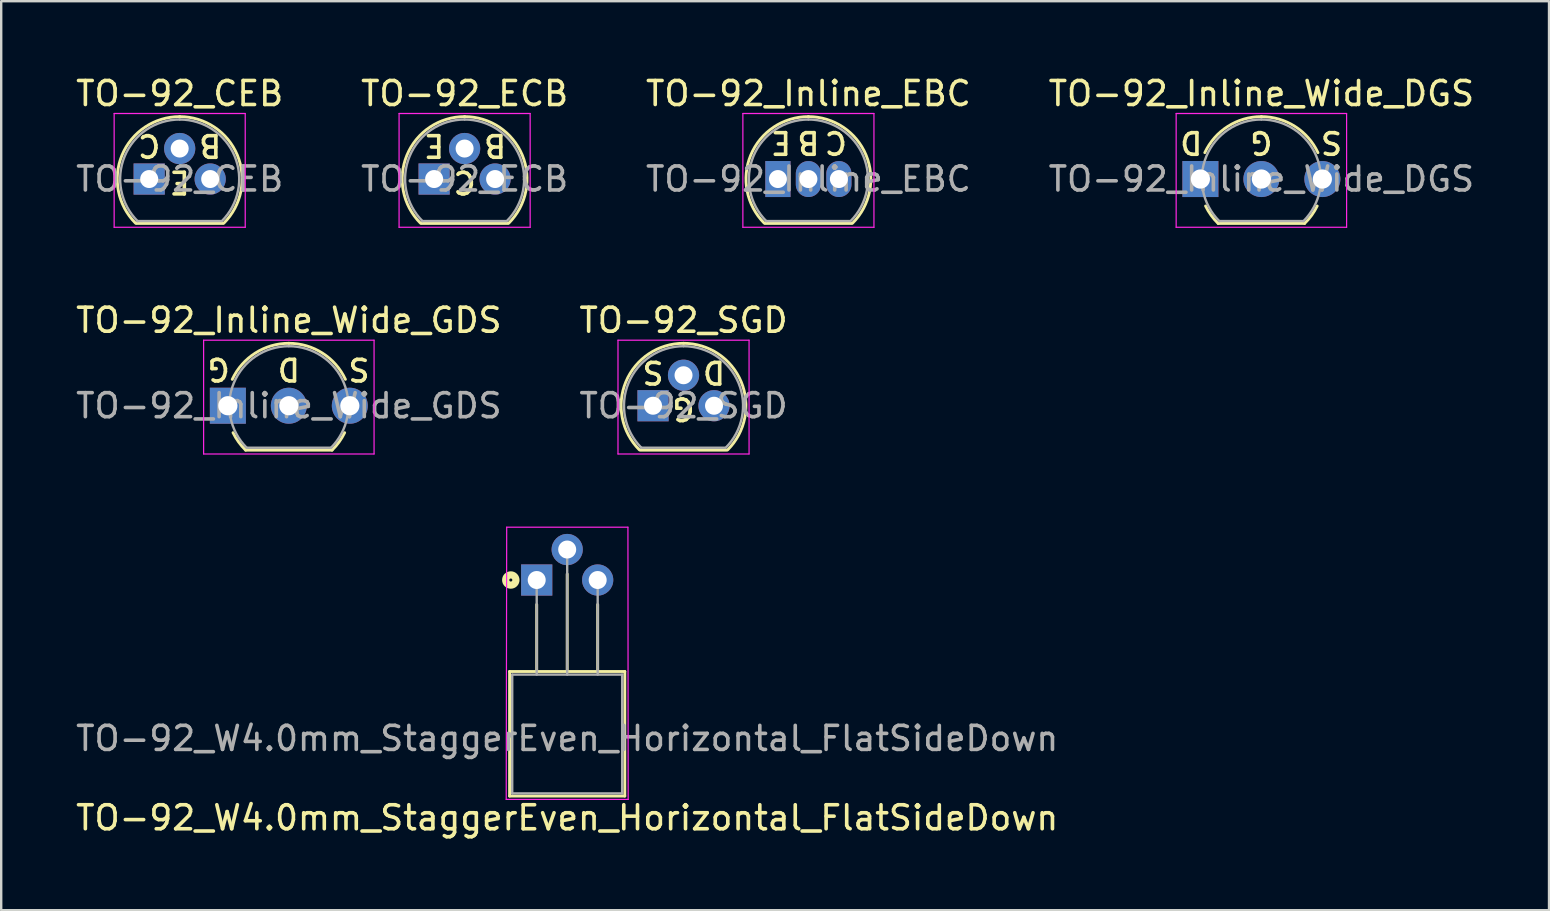
<source format=kicad_pcb>
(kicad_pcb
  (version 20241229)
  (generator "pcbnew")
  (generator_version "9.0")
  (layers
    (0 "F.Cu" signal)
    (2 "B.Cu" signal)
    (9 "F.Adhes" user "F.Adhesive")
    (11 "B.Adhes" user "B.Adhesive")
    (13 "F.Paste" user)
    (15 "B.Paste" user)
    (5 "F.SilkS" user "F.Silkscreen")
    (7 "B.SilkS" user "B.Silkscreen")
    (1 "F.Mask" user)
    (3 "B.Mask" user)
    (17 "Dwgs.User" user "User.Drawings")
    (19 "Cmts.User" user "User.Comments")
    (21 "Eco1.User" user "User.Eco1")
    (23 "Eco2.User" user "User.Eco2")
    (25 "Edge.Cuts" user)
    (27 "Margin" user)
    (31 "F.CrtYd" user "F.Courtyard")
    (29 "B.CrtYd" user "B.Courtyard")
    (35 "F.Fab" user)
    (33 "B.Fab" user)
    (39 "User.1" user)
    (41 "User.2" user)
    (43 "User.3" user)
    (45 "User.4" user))
  (footprint "TO-92_SGD"
    (layer "F.Cu")
    (at 24.153 13.851)
    (property "Reference" "TO-92_SGD" (at 1.27 -3.56 0) (layer "F.SilkS") (effects (font (size 1 1) (thickness 0.15))))
    (fp_line (start -0.53 1.85) (end 3.07 1.85) (stroke (width 0.12) (type solid)) (layer "F.SilkS"))
    (fp_arc (start -0.568478 1.838478) (mid -1.132087 -0.994977) (end 1.27 -2.6) (stroke (width 0.12) (type solid)) (layer "F.SilkS"))
    (fp_arc (start 1.27 -2.6) (mid 3.672087 -0.994977) (end 3.108478 1.838478) (stroke (width 0.12) (type solid)) (layer "F.SilkS"))
    (fp_line (start -1.46 -2.73) (end -1.46 2.01) (stroke (width 0.05) (type solid)) (layer "F.CrtYd"))
    (fp_line (start -1.46 -2.73) (end 4 -2.73) (stroke (width 0.05) (type solid)) (layer "F.CrtYd"))
    (fp_line (start 4 2.01) (end -1.46 2.01) (stroke (width 0.05) (type solid)) (layer "F.CrtYd"))
    (fp_line (start 4 2.01) (end 4 -2.73) (stroke (width 0.05) (type solid)) (layer "F.CrtYd"))
    (fp_line (start -0.5 1.75) (end 3 1.75) (stroke (width 0.1) (type solid)) (layer "F.Fab"))
    (fp_arc (start -0.483625 1.753625) (mid -1.021221 -0.949055) (end 1.27 -2.48) (stroke (width 0.1) (type solid)) (layer "F.Fab"))
    (fp_arc (start 1.27 -2.48) (mid 3.561221 -0.949055) (end 3.023625 1.753625) (stroke (width 0.1) (type solid)) (layer "F.Fab"))
    (fp_text user "D" (at 2.54 -1.397 180) (unlocked yes) (layer "F.SilkS") (effects (font (size 0.9 0.9) (thickness 0.15))))
    (fp_text user "S" (at 0 -1.397 180) (unlocked yes) (layer "F.SilkS") (effects (font (size 0.9 0.9) (thickness 0.15))))
    (fp_text user "G" (at 1.27 0.127 180) (unlocked yes) (layer "F.SilkS") (effects (font (size 0.9 0.9) (thickness 0.15))))
    (fp_text user "${REFERENCE}" (at 1.27 0 0) (layer "F.Fab") (effects (font (size 1 1) (thickness 0.15))))
    (pad "1" thru_hole rect (at 0 0 90) (size 1.3 1.3) (drill 0.75) (layers "*.Cu" "*.Mask"))
    (pad "2" thru_hole circle (at 1.27 -1.27 90) (size 1.3 1.3) (drill 0.75) (layers "*.Cu" "*.Mask"))
    (pad "3" thru_hole circle (at 2.54 0 90) (size 1.3 1.3) (drill 0.75) (layers "*.Cu" "*.Mask")))
  (footprint "TO-92_ECB"
    (layer "F.Cu")
    (at 15.034 4.408)
    (property "Reference" "TO-92_ECB" (at 1.27 -3.56 0) (layer "F.SilkS") (effects (font (size 1 1) (thickness 0.15))))
    (fp_line (start -0.53 1.85) (end 3.07 1.85) (stroke (width 0.12) (type solid)) (layer "F.SilkS"))
    (fp_arc (start -0.568478 1.838478) (mid -1.132087 -0.994977) (end 1.27 -2.6) (stroke (width 0.12) (type solid)) (layer "F.SilkS"))
    (fp_arc (start 1.27 -2.6) (mid 3.672087 -0.994977) (end 3.108478 1.838478) (stroke (width 0.12) (type solid)) (layer "F.SilkS"))
    (fp_line (start -1.46 -2.73) (end -1.46 2.01) (stroke (width 0.05) (type solid)) (layer "F.CrtYd"))
    (fp_line (start -1.46 -2.73) (end 4 -2.73) (stroke (width 0.05) (type solid)) (layer "F.CrtYd"))
    (fp_line (start 4 2.01) (end -1.46 2.01) (stroke (width 0.05) (type solid)) (layer "F.CrtYd"))
    (fp_line (start 4 2.01) (end 4 -2.73) (stroke (width 0.05) (type solid)) (layer "F.CrtYd"))
    (fp_line (start -0.5 1.75) (end 3 1.75) (stroke (width 0.1) (type solid)) (layer "F.Fab"))
    (fp_arc (start -0.483625 1.753625) (mid -1.021221 -0.949055) (end 1.27 -2.48) (stroke (width 0.1) (type solid)) (layer "F.Fab"))
    (fp_arc (start 1.27 -2.48) (mid 3.561221 -0.949055) (end 3.023625 1.753625) (stroke (width 0.1) (type solid)) (layer "F.Fab"))
    (fp_text user "B" (at 2.54 -1.397 180) (unlocked yes) (layer "F.SilkS") (effects (font (size 0.9 0.9) (thickness 0.15))))
    (fp_text user "C" (at 1.27 0.127 180) (unlocked yes) (layer "F.SilkS") (effects (font (size 0.9 0.9) (thickness 0.15))))
    (fp_text user "E" (at 0 -1.397 180) (unlocked yes) (layer "F.SilkS") (effects (font (size 0.9 0.9) (thickness 0.15))))
    (fp_text user "${REFERENCE}" (at 1.27 0 0) (layer "F.Fab") (effects (font (size 1 1) (thickness 0.15))))
    (pad "1" thru_hole rect (at 0 0 90) (size 1.3 1.3) (drill 0.75) (layers "*.Cu" "*.Mask"))
    (pad "2" thru_hole circle (at 1.27 -1.27 90) (size 1.3 1.3) (drill 0.75) (layers "*.Cu" "*.Mask"))
    (pad "3" thru_hole circle (at 2.54 0 90) (size 1.3 1.3) (drill 0.75) (layers "*.Cu" "*.Mask")))
  (footprint "TO-92_W4.0mm_StaggerEven_Horizontal_FlatSideDown"
    (layer "F.Cu")
    (at 19.307 21.111)
    (property "Reference" "TO-92_W4.0mm_StaggerEven_Horizontal_FlatSideDown" (at 1.27 9.906 0) (layer "F.SilkS") (effects (font (size 1 1) (thickness 0.15))))
    (attr through_hole)
    (fp_line (start -1.13 3.81) (end 3.67 3.81) (stroke (width 0.12) (type solid)) (layer "F.SilkS"))
    (fp_line (start -1.13 9) (end -1.13 3.81) (stroke (width 0.12) (type solid)) (layer "F.SilkS"))
    (fp_line (start 0 1.02) (end 0 3.81) (stroke (width 0.12) (type solid)) (layer "F.SilkS"))
    (fp_line (start 1.27 -0.25) (end 1.27 3.81) (stroke (width 0.12) (type solid)) (layer "F.SilkS"))
    (fp_line (start 2.54 1.02) (end 2.54 3.81) (stroke (width 0.12) (type solid)) (layer "F.SilkS"))
    (fp_line (start 3.67 3.81) (end 3.67 9) (stroke (width 0.12) (type solid)) (layer "F.SilkS"))
    (fp_line (start 3.67 9) (end -1.13 9) (stroke (width 0.12) (type solid)) (layer "F.SilkS"))
    (fp_circle (center -1.079 0) (end -1.016 0) (stroke (width 0.3) (type solid)) (fill no) (layer "F.SilkS"))
    (fp_line (start -1.25 -2.2) (end -1.27 9.14) (stroke (width 0.05) (type solid)) (layer "F.CrtYd"))
    (fp_line (start -1.25 -2.2) (end 3.8 -2.2) (stroke (width 0.05) (type solid)) (layer "F.CrtYd"))
    (fp_line (start 3.81 9.14) (end -1.27 9.14) (stroke (width 0.05) (type solid)) (layer "F.CrtYd"))
    (fp_line (start 3.81 9.14) (end 3.8 -2.2) (stroke (width 0.05) (type solid)) (layer "F.CrtYd"))
    (fp_line (start -1.02 3.94) (end 3.56 3.94) (stroke (width 0.1) (type solid)) (layer "F.Fab"))
    (fp_line (start -1.02 8.89) (end -1.02 3.94) (stroke (width 0.1) (type solid)) (layer "F.Fab"))
    (fp_line (start 0 3.94) (end 0 0) (stroke (width 0.1) (type solid)) (layer "F.Fab"))
    (fp_line (start 1.27 3.94) (end 1.27 -1.27) (stroke (width 0.1) (type solid)) (layer "F.Fab"))
    (fp_line (start 2.54 3.94) (end 2.54 0) (stroke (width 0.1) (type solid)) (layer "F.Fab"))
    (fp_line (start 3.56 3.94) (end 3.56 8.89) (stroke (width 0.1) (type solid)) (layer "F.Fab"))
    (fp_line (start 3.56 8.89) (end -1.02 8.89) (stroke (width 0.1) (type solid)) (layer "F.Fab"))
    (fp_text user "${REFERENCE}" (at 1.27 6.6 0) (layer "F.Fab") (effects (font (size 1 1) (thickness 0.15))))
    (pad "1" thru_hole rect (at 0 0 90) (size 1.3 1.3) (drill 0.75) (layers "*.Cu" "*.Mask"))
    (pad "2" thru_hole circle (at 1.27 -1.27 90) (size 1.3 1.3) (drill 0.75) (layers "*.Cu" "*.Mask"))
    (pad "3" thru_hole circle (at 2.54 0 90) (size 1.3 1.3) (drill 0.75) (layers "*.Cu" "*.Mask")))
  (footprint "TO-92_Inline_Wide_DGS"
    (layer "F.Cu")
    (at 46.954 4.408)
    (property "Reference" "TO-92_Inline_Wide_DGS" (at 2.54 -3.56 0) (layer "F.SilkS") (effects (font (size 1 1) (thickness 0.15))))
    (fp_line (start 0.74 1.85) (end 4.34 1.85) (stroke (width 0.12) (type solid)) (layer "F.SilkS"))
    (fp_arc (start 0.1836 -1.098807) (mid 1.143021 -2.192817) (end 2.54 -2.6) (stroke (width 0.12) (type solid)) (layer "F.SilkS"))
    (fp_arc (start 0.74 1.85) (mid 0.446097 1.509328) (end 0.215816 1.122795) (stroke (width 0.12) (type solid)) (layer "F.SilkS"))
    (fp_arc (start 2.54 -2.6) (mid 3.936979 -2.192818) (end 4.8964 -1.098807) (stroke (width 0.12) (type solid)) (layer "F.SilkS"))
    (fp_arc (start 4.864184 1.122795) (mid 4.633903 1.509328) (end 4.34 1.85) (stroke (width 0.12) (type solid)) (layer "F.SilkS"))
    (fp_line (start -1.01 -2.73) (end -1.01 2.01) (stroke (width 0.05) (type solid)) (layer "F.CrtYd"))
    (fp_line (start -1.01 -2.73) (end 6.09 -2.73) (stroke (width 0.05) (type solid)) (layer "F.CrtYd"))
    (fp_line (start 6.09 2.01) (end -1.01 2.01) (stroke (width 0.05) (type solid)) (layer "F.CrtYd"))
    (fp_line (start 6.09 2.01) (end 6.09 -2.73) (stroke (width 0.05) (type solid)) (layer "F.CrtYd"))
    (fp_line (start 0.8 1.75) (end 4.3 1.75) (stroke (width 0.1) (type solid)) (layer "F.Fab"))
    (fp_arc (start 0.786375 1.753625) (mid 0.248779 -0.949055) (end 2.54 -2.48) (stroke (width 0.1) (type solid)) (layer "F.Fab"))
    (fp_arc (start 2.54 -2.48) (mid 4.831221 -0.949055) (end 4.293625 1.753625) (stroke (width 0.1) (type solid)) (layer "F.Fab"))
    (fp_text user "G" (at 2.54 -1.524 180) (unlocked yes) (layer "F.SilkS") (effects (font (size 0.9 0.9) (thickness 0.15))))
    (fp_text user "D" (at -0.381 -1.524 180) (unlocked yes) (layer "F.SilkS") (effects (font (size 0.9 0.9) (thickness 0.15))))
    (fp_text user "S" (at 5.461 -1.524 180) (unlocked yes) (layer "F.SilkS") (effects (font (size 0.9 0.9) (thickness 0.15))))
    (fp_text user "${REFERENCE}" (at 2.54 0 0) (layer "F.Fab") (effects (font (size 1 1) (thickness 0.15))))
    (pad "1" thru_hole rect (at 0 0 90) (size 1.5 1.5) (drill 0.8) (layers "*.Cu" "*.Mask"))
    (pad "2" thru_hole circle (at 2.54 0 90) (size 1.5 1.5) (drill 0.8) (layers "*.Cu" "*.Mask"))
    (pad "3" thru_hole circle (at 5.08 0 90) (size 1.5 1.5) (drill 0.8) (layers "*.Cu" "*.Mask")))
  (footprint "TO-92_Inline_EBC"
    (layer "F.Cu")
    (at 29.355 4.408)
    (property "Reference" "TO-92_Inline_EBC" (at 1.27 -3.56 0) (layer "F.SilkS") (effects (font (size 1 1) (thickness 0.15))))
    (fp_line (start -0.53 1.85) (end 3.07 1.85) (stroke (width 0.12) (type solid)) (layer "F.SilkS"))
    (fp_arc (start -0.568478 1.838478) (mid -1.132087 -0.994977) (end 1.27 -2.6) (stroke (width 0.12) (type solid)) (layer "F.SilkS"))
    (fp_arc (start 1.27 -2.6) (mid 3.672087 -0.994977) (end 3.108478 1.838478) (stroke (width 0.12) (type solid)) (layer "F.SilkS"))
    (fp_line (start -1.46 -2.73) (end -1.46 2.01) (stroke (width 0.05) (type solid)) (layer "F.CrtYd"))
    (fp_line (start -1.46 -2.73) (end 4 -2.73) (stroke (width 0.05) (type solid)) (layer "F.CrtYd"))
    (fp_line (start 4 2.01) (end -1.46 2.01) (stroke (width 0.05) (type solid)) (layer "F.CrtYd"))
    (fp_line (start 4 2.01) (end 4 -2.73) (stroke (width 0.05) (type solid)) (layer "F.CrtYd"))
    (fp_line (start -0.5 1.75) (end 3 1.75) (stroke (width 0.1) (type solid)) (layer "F.Fab"))
    (fp_arc (start -0.483625 1.753625) (mid -1.021221 -0.949055) (end 1.27 -2.48) (stroke (width 0.1) (type solid)) (layer "F.Fab"))
    (fp_arc (start 1.27 -2.48) (mid 3.561221 -0.949055) (end 3.023625 1.753625) (stroke (width 0.1) (type solid)) (layer "F.Fab"))
    (fp_text user "E" (at 0.127 -1.524 180) (unlocked yes) (layer "F.SilkS") (effects (font (size 0.9 0.9) (thickness 0.15))))
    (fp_text user "C" (at 2.413 -1.524 180) (unlocked yes) (layer "F.SilkS") (effects (font (size 0.9 0.9) (thickness 0.15))))
    (fp_text user "B" (at 1.27 -1.524 180) (unlocked yes) (layer "F.SilkS") (effects (font (size 0.9 0.9) (thickness 0.15))))
    (fp_text user "${REFERENCE}" (at 1.27 0 0) (layer "F.Fab") (effects (font (size 1 1) (thickness 0.15))))
    (pad "1" thru_hole rect (at 0 0) (size 1.05 1.5) (drill 0.75) (layers "*.Cu" "*.Mask"))
    (pad "2" thru_hole oval (at 1.27 0) (size 1.05 1.5) (drill 0.75) (layers "*.Cu" "*.Mask"))
    (pad "3" thru_hole oval (at 2.54 0) (size 1.05 1.5) (drill 0.75) (layers "*.Cu" "*.Mask")))
  (footprint "TO-92_CEB"
    (layer "F.Cu")
    (at 3.165 4.408)
    (property "Reference" "TO-92_CEB" (at 1.27 -3.56 0) (layer "F.SilkS") (effects (font (size 1 1) (thickness 0.15))))
    (fp_line (start -0.53 1.85) (end 3.07 1.85) (stroke (width 0.12) (type solid)) (layer "F.SilkS"))
    (fp_arc (start -0.568478 1.838478) (mid -1.132087 -0.994977) (end 1.27 -2.6) (stroke (width 0.12) (type solid)) (layer "F.SilkS"))
    (fp_arc (start 1.27 -2.6) (mid 3.672087 -0.994977) (end 3.108478 1.838478) (stroke (width 0.12) (type solid)) (layer "F.SilkS"))
    (fp_line (start -1.46 -2.73) (end -1.46 2.01) (stroke (width 0.05) (type solid)) (layer "F.CrtYd"))
    (fp_line (start -1.46 -2.73) (end 4 -2.73) (stroke (width 0.05) (type solid)) (layer "F.CrtYd"))
    (fp_line (start 4 2.01) (end -1.46 2.01) (stroke (width 0.05) (type solid)) (layer "F.CrtYd"))
    (fp_line (start 4 2.01) (end 4 -2.73) (stroke (width 0.05) (type solid)) (layer "F.CrtYd"))
    (fp_line (start -0.5 1.75) (end 3 1.75) (stroke (width 0.1) (type solid)) (layer "F.Fab"))
    (fp_arc (start -0.483625 1.753625) (mid -1.021221 -0.949055) (end 1.27 -2.48) (stroke (width 0.1) (type solid)) (layer "F.Fab"))
    (fp_arc (start 1.27 -2.48) (mid 3.561221 -0.949055) (end 3.023625 1.753625) (stroke (width 0.1) (type solid)) (layer "F.Fab"))
    (fp_text user "C" (at 0 -1.397 180) (unlocked yes) (layer "F.SilkS") (effects (font (size 0.9 0.9) (thickness 0.15))))
    (fp_text user "E" (at 1.27 0.127 180) (unlocked yes) (layer "F.SilkS") (effects (font (size 0.9 0.9) (thickness 0.15))))
    (fp_text user "B" (at 2.54 -1.397 180) (unlocked yes) (layer "F.SilkS") (effects (font (size 0.9 0.9) (thickness 0.15))))
    (fp_text user "${REFERENCE}" (at 1.27 0 0) (layer "F.Fab") (effects (font (size 1 1) (thickness 0.15))))
    (pad "1" thru_hole rect (at 0 0 90) (size 1.3 1.3) (drill 0.75) (layers "*.Cu" "*.Mask"))
    (pad "2" thru_hole circle (at 1.27 -1.27 90) (size 1.3 1.3) (drill 0.75) (layers "*.Cu" "*.Mask"))
    (pad "3" thru_hole circle (at 2.54 0 90) (size 1.3 1.3) (drill 0.75) (layers "*.Cu" "*.Mask")))
  (footprint "TO-92_Inline_Wide_GDS"
    (layer "F.Cu")
    (at 6.442 13.851)
    (property "Reference" "TO-92_Inline_Wide_GDS" (at 2.54 -3.56 0) (layer "F.SilkS") (effects (font (size 1 1) (thickness 0.15))))
    (fp_line (start 0.74 1.85) (end 4.34 1.85) (stroke (width 0.12) (type solid)) (layer "F.SilkS"))
    (fp_arc (start 0.1836 -1.098807) (mid 1.143021 -2.192817) (end 2.54 -2.6) (stroke (width 0.12) (type solid)) (layer "F.SilkS"))
    (fp_arc (start 0.74 1.85) (mid 0.446097 1.509328) (end 0.215816 1.122795) (stroke (width 0.12) (type solid)) (layer "F.SilkS"))
    (fp_arc (start 2.54 -2.6) (mid 3.936979 -2.192818) (end 4.8964 -1.098807) (stroke (width 0.12) (type solid)) (layer "F.SilkS"))
    (fp_arc (start 4.864184 1.122795) (mid 4.633903 1.509328) (end 4.34 1.85) (stroke (width 0.12) (type solid)) (layer "F.SilkS"))
    (fp_line (start -1.01 -2.73) (end -1.01 2.01) (stroke (width 0.05) (type solid)) (layer "F.CrtYd"))
    (fp_line (start -1.01 -2.73) (end 6.09 -2.73) (stroke (width 0.05) (type solid)) (layer "F.CrtYd"))
    (fp_line (start 6.09 2.01) (end -1.01 2.01) (stroke (width 0.05) (type solid)) (layer "F.CrtYd"))
    (fp_line (start 6.09 2.01) (end 6.09 -2.73) (stroke (width 0.05) (type solid)) (layer "F.CrtYd"))
    (fp_line (start 0.8 1.75) (end 4.3 1.75) (stroke (width 0.1) (type solid)) (layer "F.Fab"))
    (fp_arc (start 0.786375 1.753625) (mid 0.248779 -0.949055) (end 2.54 -2.48) (stroke (width 0.1) (type solid)) (layer "F.Fab"))
    (fp_arc (start 2.54 -2.48) (mid 4.831221 -0.949055) (end 4.293625 1.753625) (stroke (width 0.1) (type solid)) (layer "F.Fab"))
    (fp_text user "S" (at 5.461 -1.524 180) (unlocked yes) (layer "F.SilkS") (effects (font (size 0.9 0.9) (thickness 0.15))))
    (fp_text user "D" (at 2.54 -1.524 180) (unlocked yes) (layer "F.SilkS") (effects (font (size 0.9 0.9) (thickness 0.15))))
    (fp_text user "G" (at -0.381 -1.524 180) (unlocked yes) (layer "F.SilkS") (effects (font (size 0.9 0.9) (thickness 0.15))))
    (fp_text user "${REFERENCE}" (at 2.54 0 0) (layer "F.Fab") (effects (font (size 1 1) (thickness 0.15))))
    (pad "1" thru_hole rect (at 0 0 90) (size 1.5 1.5) (drill 0.8) (layers "*.Cu" "*.Mask"))
    (pad "2" thru_hole circle (at 2.54 0 90) (size 1.5 1.5) (drill 0.8) (layers "*.Cu" "*.Mask"))
    (pad "3" thru_hole circle (at 5.08 0 90) (size 1.5 1.5) (drill 0.8) (layers "*.Cu" "*.Mask")))
  (gr_rect
    (start -3 -3)
    (end 61.476 34.866)
    (stroke (width 0.1) (type default))
    (fill no)
    (layer "Edge.Cuts")))
</source>
